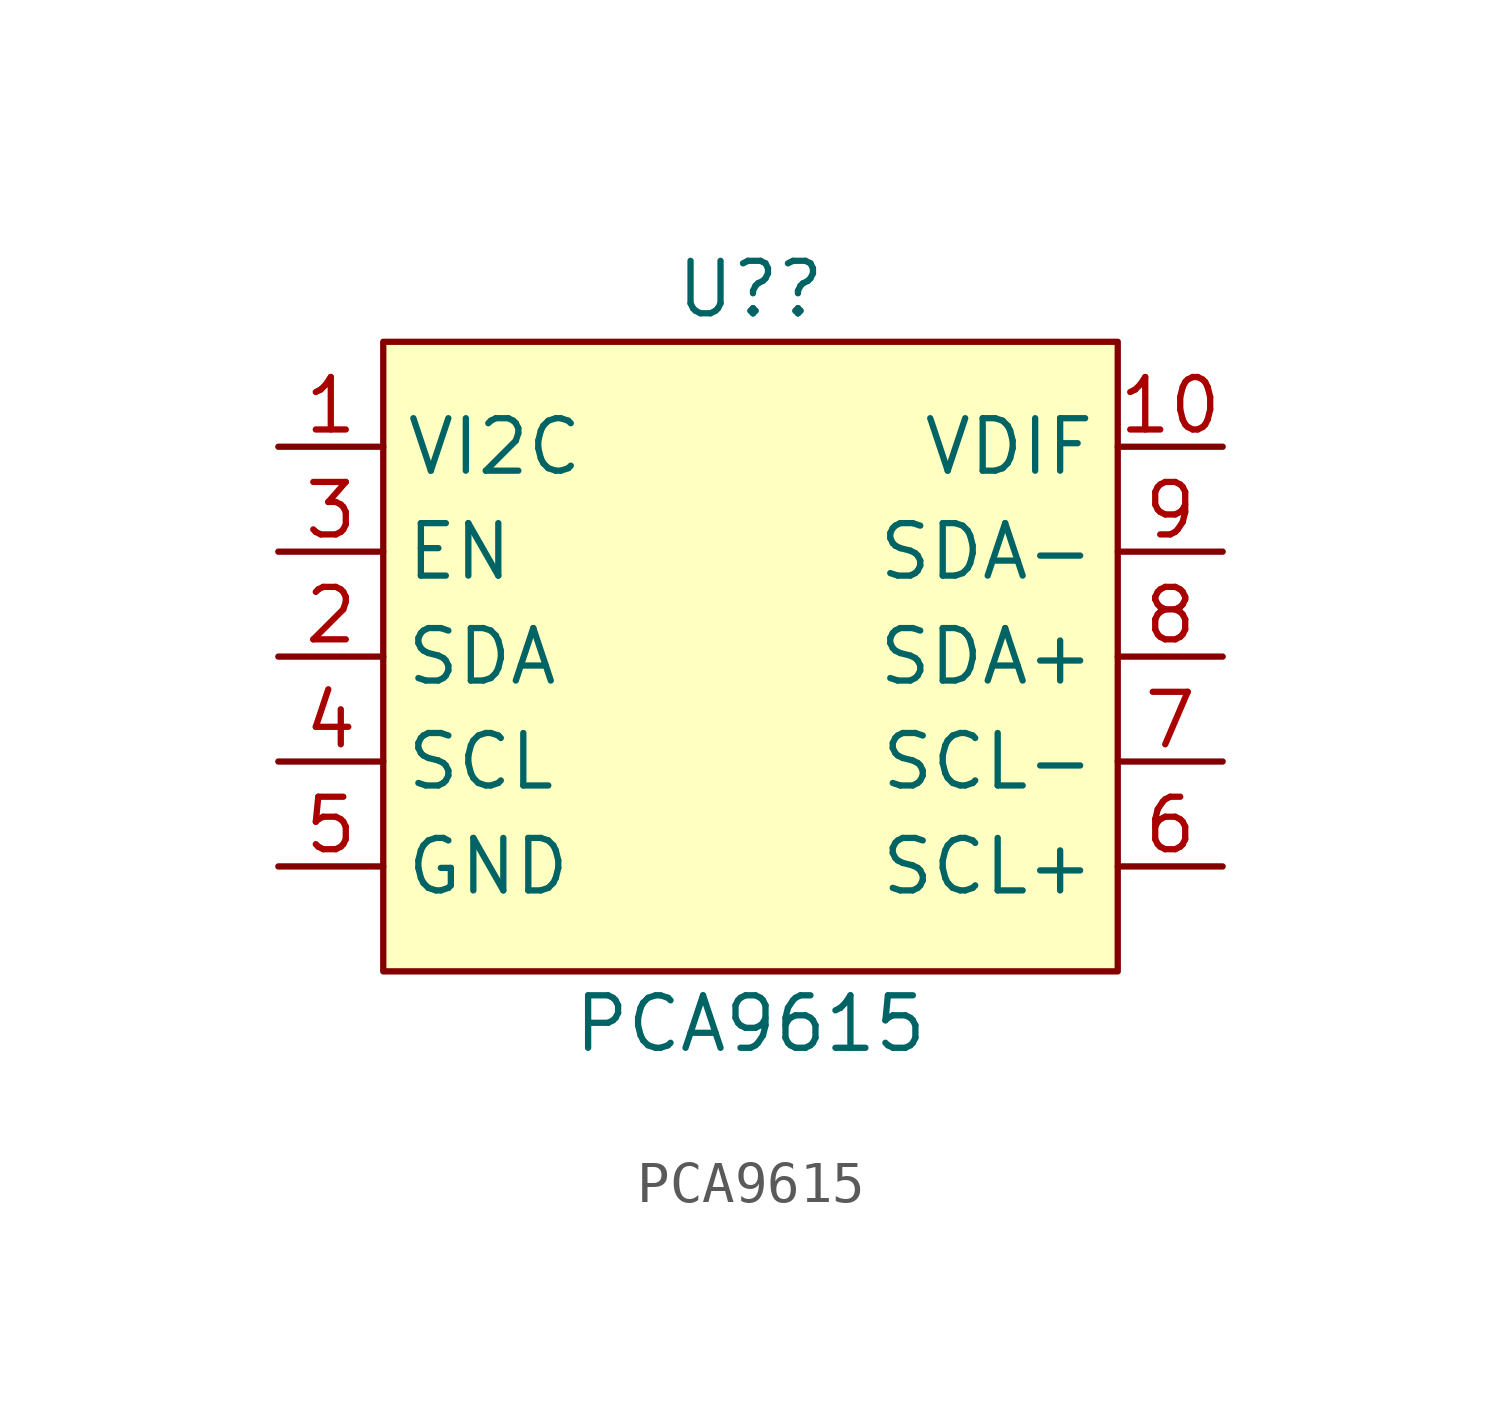
<source format=kicad_sym>
(kicad_symbol_lib
  (version 20211014)
  (generator kicad_symbol_editor)
  (symbol "PCA9615"
    (property "Reference" "U?"
      (at 0 8.89 0)
      (effects (font (size 1.27 1.27))))
    (property "Value" "PCA9615"
      (at 0 -8.89 0)
      (effects (font (size 1.27 1.27))))
    (symbol "PCA9615_0_1"
      (rectangle (start -8.89 7.62) (end 8.89 -7.62) (stroke (width 0) (type default) (color 0 0 0 0)) (fill (type background))))
    (symbol "PCA9615_1_1"
      (pin power_in line (at -11.43 5.08 0) (length 2.54) (name "VI2C" (effects (font (size 1.27 1.27)))) (number "1" (effects (font (size 1.27 1.27)))))
      (pin power_in line (at 11.43 5.08 180) (length 2.54) (name "VDIF" (effects (font (size 1.27 1.27)))) (number "10" (effects (font (size 1.27 1.27)))))
      (pin bidirectional line (at -11.43 0 0) (length 2.54) (name "SDA" (effects (font (size 1.27 1.27)))) (number "2" (effects (font (size 1.27 1.27)))))
      (pin input line (at -11.43 2.54 0) (length 2.54) (name "EN" (effects (font (size 1.27 1.27)))) (number "3" (effects (font (size 1.27 1.27)))))
      (pin bidirectional line (at -11.43 -2.54 0) (length 2.54) (name "SCL" (effects (font (size 1.27 1.27)))) (number "4" (effects (font (size 1.27 1.27)))))
      (pin power_in line (at -11.43 -5.08 0) (length 2.54) (name "GND" (effects (font (size 1.27 1.27)))) (number "5" (effects (font (size 1.27 1.27)))))
      (pin bidirectional line (at 11.43 -5.08 180) (length 2.54) (name "SCL+" (effects (font (size 1.27 1.27)))) (number "6" (effects (font (size 1.27 1.27)))))
      (pin bidirectional line (at 11.43 -2.54 180) (length 2.54) (name "SCL-" (effects (font (size 1.27 1.27)))) (number "7" (effects (font (size 1.27 1.27)))))
      (pin bidirectional line (at 11.43 0 180) (length 2.54) (name "SDA+" (effects (font (size 1.27 1.27)))) (number "8" (effects (font (size 1.27 1.27)))))
      (pin bidirectional line (at 11.43 2.54 180) (length 2.54) (name "SDA-" (effects (font (size 1.27 1.27)))) (number "9" (effects (font (size 1.27 1.27))))))))
</source>
